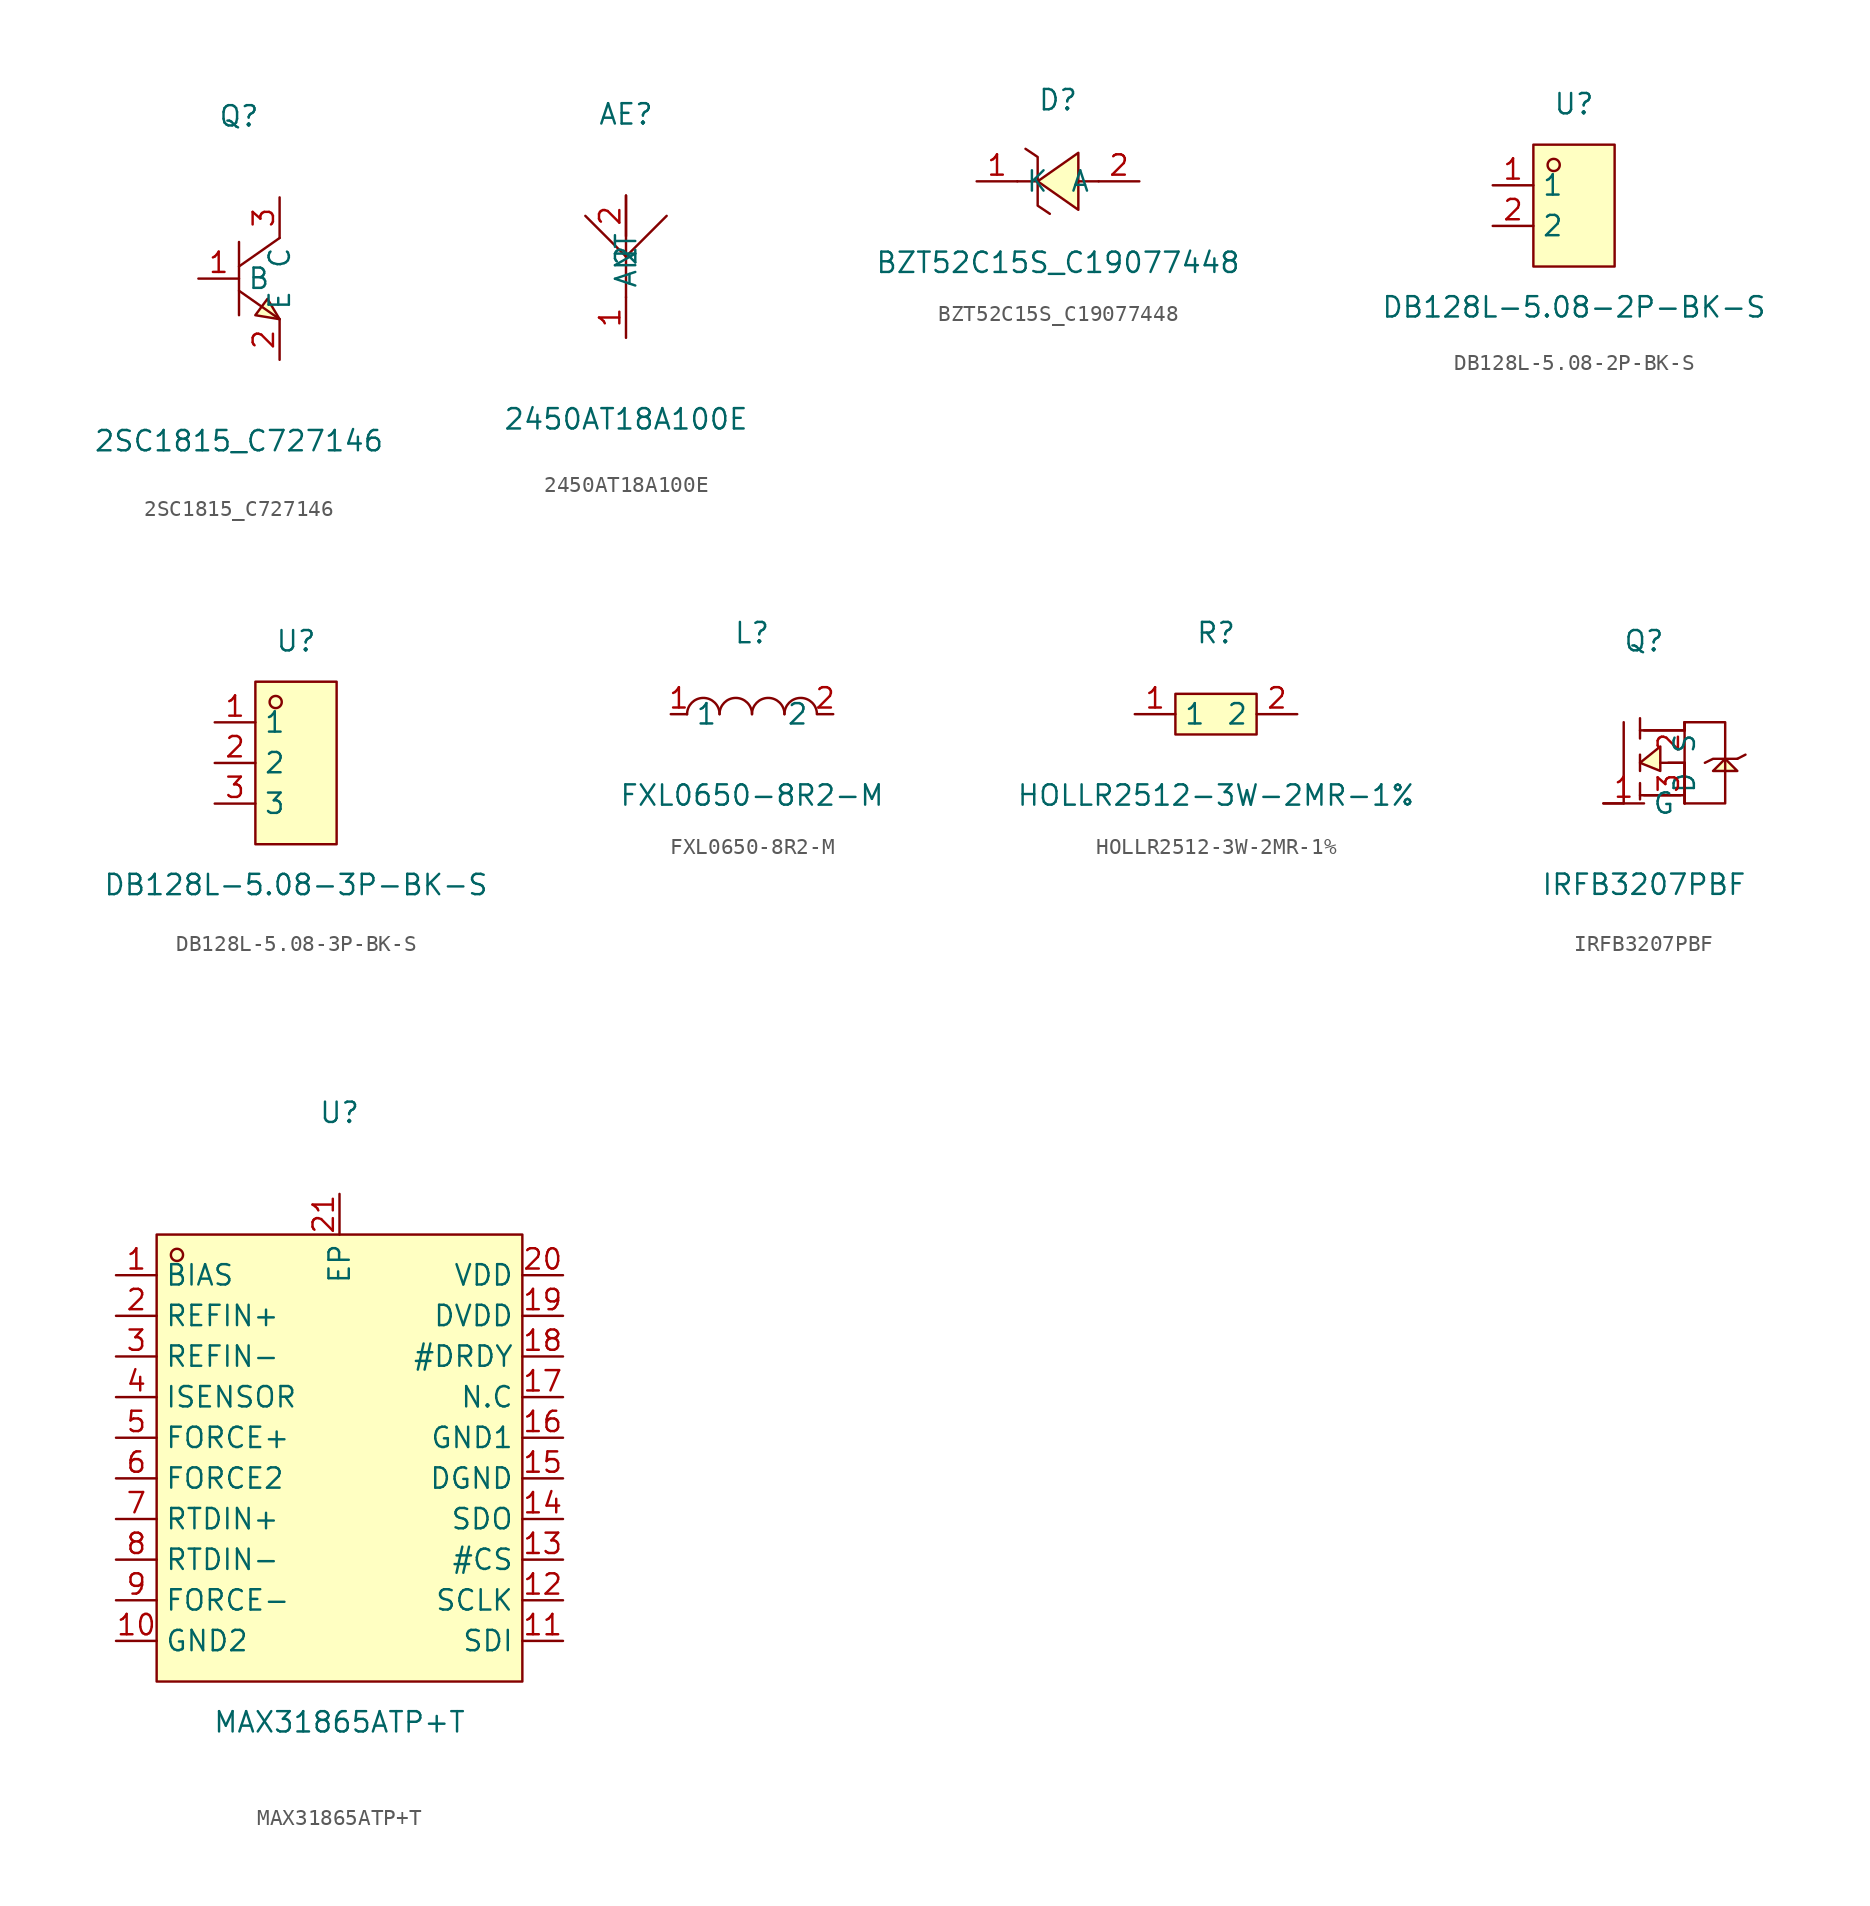
<source format=kicad_sym>
(kicad_symbol_lib
  (version 20211014)
  (generator https://github.com/uPesy/easyeda2kicad.py)
  (symbol "2SC1815_C727146"
    (property "Reference" "Q"
      (at 0 10.16 0)
      (effects (font (size 1.27 1.27))))
    (property "Value" "2SC1815_C727146"
      (at 0 -10.16 0)
      (effects (font (size 1.27 1.27))))
    (symbol "2SC1815_C727146_0_1"
      (polyline (pts (xy 0.00 2.29) (xy 0.00 -2.29)) (stroke (width 0) (type default) (color 0 0 0 0)) (fill (type none)))
      (polyline (pts (xy 0.00 -0.76) (xy 2.54 -2.54)) (stroke (width 0) (type default) (color 0 0 0 0)) (fill (type none)))
      (polyline (pts (xy 2.54 2.54) (xy 0.00 0.76)) (stroke (width 0) (type default) (color 0 0 0 0)) (fill (type none)))
      (polyline (pts (xy 2.54 -2.54) (xy 1.78 -1.27) (xy 1.02 -2.29) (xy 2.54 -2.54)) (stroke (width 0) (type default) (color 0 0 0 0)) (fill (type background)))
      (pin unspecified line (at 2.54 -5.08 90) (length 2.54) (name "E" (effects (font (size 1.27 1.27)))) (number "2" (effects (font (size 1.27 1.27)))))
      (pin unspecified line (at -2.54 -0.00 0) (length 2.54) (name "B" (effects (font (size 1.27 1.27)))) (number "1" (effects (font (size 1.27 1.27)))))
      (pin unspecified line (at 2.54 5.08 270) (length 2.54) (name "C" (effects (font (size 1.27 1.27)))) (number "3" (effects (font (size 1.27 1.27)))))))
  (symbol "2450AT18A100E"
    (property "Reference" "AE"
      (at 0 8.89 0)
      (effects (font (size 1.27 1.27))))
    (property "Value" "2450AT18A100E"
      (at 0 -10.16 0)
      (effects (font (size 1.27 1.27))))
    (symbol "2450AT18A100E_0_1"
      (polyline (pts (xy 0.00 -0.00) (xy -2.54 2.54)) (stroke (width 0) (type default) (color 0 0 0 0)) (fill (type none)))
      (polyline (pts (xy 2.54 2.54) (xy 0.00 -0.00)) (stroke (width 0) (type default) (color 0 0 0 0)) (fill (type none)))
      (polyline (pts (xy 0.00 -0.00) (xy 0.00 -2.54)) (stroke (width 0) (type default) (color 0 0 0 0)) (fill (type none)))
      (polyline (pts (xy 0.00 -0.00) (xy 0.00 3.81)) (stroke (width 0) (type default) (color 0 0 0 0)) (fill (type none)))
      (pin unspecified line (at 0.00 -5.08 90) (length 2.54) (name "ANT" (effects (font (size 1.27 1.27)))) (number "1" (effects (font (size 1.27 1.27)))))
      (pin unspecified line (at 0.00 3.81 270) (length 2.54) (name "2" (effects (font (size 1.27 1.27)))) (number "2" (effects (font (size 1.27 1.27)))))))
  (symbol "BZT52C15S_C19077448"
    (property "Reference" "D"
      (at 0 5.08 0)
      (effects (font (size 1.27 1.27))))
    (property "Value" "BZT52C15S_C19077448"
      (at 0 -5.08 0)
      (effects (font (size 1.27 1.27))))
    (symbol "BZT52C15S_C19077448_0_1"
      (polyline (pts (xy 1.27 1.78) (xy -1.27 -0.00) (xy 1.27 -1.78) (xy 1.27 1.78)) (stroke (width 0) (type default) (color 0 0 0 0)) (fill (type background)))
      (polyline (pts (xy -1.27 -0.00) (xy -2.54 -0.00)) (stroke (width 0) (type default) (color 0 0 0 0)) (fill (type none)))
      (polyline (pts (xy 2.54 -0.00) (xy 1.27 -0.00)) (stroke (width 0) (type default) (color 0 0 0 0)) (fill (type none)))
      (polyline (pts (xy -2.03 2.03) (xy -1.27 1.52) (xy -1.27 -1.52) (xy -0.51 -2.03)) (stroke (width 0) (type default) (color 0 0 0 0)) (fill (type none)))
      (pin unspecified line (at -5.08 -0.00 0) (length 2.54) (name "K" (effects (font (size 1.27 1.27)))) (number "1" (effects (font (size 1.27 1.27)))))
      (pin unspecified line (at 5.08 -0.00 180) (length 2.54) (name "A" (effects (font (size 1.27 1.27)))) (number "2" (effects (font (size 1.27 1.27)))))))
  (symbol "DB128L-5.08-2P-BK-S"
    (property "Reference" "U"
      (at 0 6.35 0)
      (effects (font (size 1.27 1.27))))
    (property "Value" "DB128L-5.08-2P-BK-S"
      (at 0 -6.35 0)
      (effects (font (size 1.27 1.27))))
    (symbol "DB128L-5.08-2P-BK-S_0_1"
      (rectangle (start -2.54 3.81) (end 2.54 -3.81) (stroke (width 0) (type default) (color 0 0 0 0)) (fill (type background)))
      (circle (center -1.27 2.54) (radius 0.38) (stroke (width 0) (type default) (color 0 0 0 0)) (fill (type none)))
      (pin unspecified line (at -5.08 1.27 0) (length 2.54) (name "1" (effects (font (size 1.27 1.27)))) (number "1" (effects (font (size 1.27 1.27)))))
      (pin unspecified line (at -5.08 -1.27 0) (length 2.54) (name "2" (effects (font (size 1.27 1.27)))) (number "2" (effects (font (size 1.27 1.27)))))))
  (symbol "DB128L-5.08-3P-BK-S"
    (property "Reference" "U"
      (at 0 7.62 0)
      (effects (font (size 1.27 1.27))))
    (property "Value" "DB128L-5.08-3P-BK-S"
      (at 0 -7.62 0)
      (effects (font (size 1.27 1.27))))
    (symbol "DB128L-5.08-3P-BK-S_0_1"
      (rectangle (start -2.54 5.08) (end 2.54 -5.08) (stroke (width 0) (type default) (color 0 0 0 0)) (fill (type background)))
      (circle (center -1.27 3.81) (radius 0.38) (stroke (width 0) (type default) (color 0 0 0 0)) (fill (type none)))
      (pin unspecified line (at -5.08 2.54 0) (length 2.54) (name "1" (effects (font (size 1.27 1.27)))) (number "1" (effects (font (size 1.27 1.27)))))
      (pin unspecified line (at -5.08 -0.00 0) (length 2.54) (name "2" (effects (font (size 1.27 1.27)))) (number "2" (effects (font (size 1.27 1.27)))))
      (pin unspecified line (at -5.08 -2.54 0) (length 2.54) (name "3" (effects (font (size 1.27 1.27)))) (number "3" (effects (font (size 1.27 1.27)))))))
  (symbol "FXL0650-8R2-M"
    (property "Reference" "L"
      (at 0 5.08 0)
      (effects (font (size 1.27 1.27))))
    (property "Value" "FXL0650-8R2-M"
      (at 0 -5.08 0)
      (effects (font (size 1.27 1.27))))
    (symbol "FXL0650-8R2-M_0_1"
      (arc (start -4.06 -0.01) (mid -2.83 0.99) (end -2.03 0.01) (stroke (width 0) (type default) (color 0 0 0 0)) (fill (type none)))
      (arc (start -2.03 -0.01) (mid -0.80 0.99) (end 0.00 0.01) (stroke (width 0) (type default) (color 0 0 0 0)) (fill (type none)))
      (arc (start 2.03 -0.01) (mid 3.26 0.99) (end 4.06 0.01) (stroke (width 0) (type default) (color 0 0 0 0)) (fill (type none)))
      (arc (start 0.00 -0.01) (mid 1.23 0.99) (end 2.03 0.01) (stroke (width 0) (type default) (color 0 0 0 0)) (fill (type none)))
      (pin unspecified line (at 5.08 -0.00 180) (length 1.016) (name "2" (effects (font (size 1.27 1.27)))) (number "2" (effects (font (size 1.27 1.27)))))
      (pin unspecified line (at -5.08 -0.00 0) (length 1.016) (name "1" (effects (font (size 1.27 1.27)))) (number "1" (effects (font (size 1.27 1.27)))))))
  (symbol "HOLLR2512-3W-2MR-1%"
    (property "Reference" "R"
      (at 0 5.08 0)
      (effects (font (size 1.27 1.27))))
    (property "Value" "HOLLR2512-3W-2MR-1%"
      (at 0 -5.08 0)
      (effects (font (size 1.27 1.27))))
    (symbol "HOLLR2512-3W-2MR-1%_0_1"
      (rectangle (start -2.54 1.27) (end 2.54 -1.27) (stroke (width 0) (type default) (color 0 0 0 0)) (fill (type background)))
      (pin unspecified line (at 5.08 -0.00 180) (length 2.54) (name "2" (effects (font (size 1.27 1.27)))) (number "2" (effects (font (size 1.27 1.27)))))
      (pin unspecified line (at -5.08 -0.00 0) (length 2.54) (name "1" (effects (font (size 1.27 1.27)))) (number "1" (effects (font (size 1.27 1.27)))))))
  (symbol "IRFB3207PBF"
    (property "Reference" "Q"
      (at 0 7.62 0)
      (effects (font (size 1.27 1.27))))
    (property "Value" "IRFB3207PBF"
      (at 0 -7.62 0)
      (effects (font (size 1.27 1.27))))
    (symbol "IRFB3207PBF_0_1"
      (polyline (pts (xy 2.54 2.54) (xy 5.08 2.54) (xy 5.08 -2.54) (xy 2.54 -2.54)) (stroke (width 0) (type default) (color 0 0 0 0)) (fill (type none)))
      (polyline (pts (xy -1.27 -2.54) (xy -1.27 2.54)) (stroke (width 0) (type default) (color 0 0 0 0)) (fill (type none)))
      (polyline (pts (xy 1.02 -0.00) (xy 2.54 -0.00)) (stroke (width 0) (type default) (color 0 0 0 0)) (fill (type none)))
      (polyline (pts (xy -2.54 -2.54) (xy -1.27 -2.54)) (stroke (width 0) (type default) (color 0 0 0 0)) (fill (type none)))
      (polyline (pts (xy 2.54 2.54) (xy 2.54 2.03)) (stroke (width 0) (type default) (color 0 0 0 0)) (fill (type none)))
      (polyline (pts (xy 1.52 -0.00) (xy 2.54 -0.00)) (stroke (width 0) (type default) (color 0 0 0 0)) (fill (type none)))
      (polyline (pts (xy 2.54 2.54) (xy 2.54 2.03)) (stroke (width 0) (type default) (color 0 0 0 0)) (fill (type none)))
      (polyline (pts (xy 2.54 2.03) (xy 0.00 2.03)) (stroke (width 0) (type default) (color 0 0 0 0)) (fill (type none)))
      (polyline (pts (xy -0.25 -2.03) (xy 2.54 -2.03)) (stroke (width 0) (type default) (color 0 0 0 0)) (fill (type none)))
      (polyline (pts (xy 2.54 -0.00) (xy 2.54 -2.54)) (stroke (width 0) (type default) (color 0 0 0 0)) (fill (type none)))
      (polyline (pts (xy 0.00 -2.03) (xy 2.29 -2.03)) (stroke (width 0) (type default) (color 0 0 0 0)) (fill (type none)))
      (polyline (pts (xy 2.54 2.03) (xy -0.25 2.03)) (stroke (width 0) (type default) (color 0 0 0 0)) (fill (type none)))
      (polyline (pts (xy 2.54 -0.00) (xy 2.54 -2.54)) (stroke (width 0) (type default) (color 0 0 0 0)) (fill (type none)))
      (polyline (pts (xy -0.25 -1.27) (xy -0.25 -2.29)) (stroke (width 0) (type default) (color 0 0 0 0)) (fill (type none)))
      (polyline (pts (xy -0.25 0.51) (xy -0.25 -0.51)) (stroke (width 0) (type default) (color 0 0 0 0)) (fill (type none)))
      (polyline (pts (xy -0.25 2.79) (xy -0.25 1.52)) (stroke (width 0) (type default) (color 0 0 0 0)) (fill (type none)))
      (polyline (pts (xy 5.84 -0.51) (xy 4.32 -0.51) (xy 5.08 0.25) (xy 5.84 -0.51) (xy 5.84 -0.51)) (stroke (width 0) (type default) (color 0 0 0 0)) (fill (type background)))
      (polyline (pts (xy 5.84 0.25) (xy 4.32 0.25) (xy 3.81 -0.00)) (stroke (width 0) (type default) (color 0 0 0 0)) (fill (type none)))
      (polyline (pts (xy 5.84 0.25) (xy 6.35 0.51)) (stroke (width 0) (type default) (color 0 0 0 0)) (fill (type none)))
      (polyline (pts (xy 1.02 1.02) (xy 1.02 -0.51) (xy -0.25 -0.00) (xy 1.02 1.02)) (stroke (width 0) (type default) (color 0 0 0 0)) (fill (type background)))
      (pin unspecified line (at -2.54 -2.54 0) (length 2.54) (name "G" (effects (font (size 1.27 1.27)))) (number "1" (effects (font (size 1.27 1.27)))))
      (pin unspecified line (at 2.54 -2.54 90) (length 2.54) (name "S" (effects (font (size 1.27 1.27)))) (number "3" (effects (font (size 1.27 1.27)))))
      (pin unspecified line (at 2.54 2.54 270) (length 2.54) (name "D" (effects (font (size 1.27 1.27)))) (number "2" (effects (font (size 1.27 1.27)))))))
  (symbol "MAX31865ATP+T"
    (property "Reference" "U"
      (at 0 21.59 0)
      (effects (font (size 1.27 1.27))))
    (property "Value" "MAX31865ATP+T"
      (at 0 -16.51 0)
      (effects (font (size 1.27 1.27))))
    (symbol "MAX31865ATP+T_0_1"
      (rectangle (start -11.43 13.97) (end 11.43 -13.97) (stroke (width 0) (type default) (color 0 0 0 0)) (fill (type background)))
      (circle (center -10.16 12.70) (radius 0.38) (stroke (width 0) (type default) (color 0 0 0 0)) (fill (type none)))
      (pin unspecified line (at -13.97 11.43 0) (length 2.54) (name "BIAS" (effects (font (size 1.27 1.27)))) (number "1" (effects (font (size 1.27 1.27)))))
      (pin unspecified line (at -13.97 8.89 0) (length 2.54) (name "REFIN+" (effects (font (size 1.27 1.27)))) (number "2" (effects (font (size 1.27 1.27)))))
      (pin unspecified line (at -13.97 6.35 0) (length 2.54) (name "REFIN-" (effects (font (size 1.27 1.27)))) (number "3" (effects (font (size 1.27 1.27)))))
      (pin unspecified line (at -13.97 3.81 0) (length 2.54) (name "ISENSOR" (effects (font (size 1.27 1.27)))) (number "4" (effects (font (size 1.27 1.27)))))
      (pin unspecified line (at -13.97 1.27 0) (length 2.54) (name "FORCE+" (effects (font (size 1.27 1.27)))) (number "5" (effects (font (size 1.27 1.27)))))
      (pin unspecified line (at -13.97 -1.27 0) (length 2.54) (name "FORCE2" (effects (font (size 1.27 1.27)))) (number "6" (effects (font (size 1.27 1.27)))))
      (pin unspecified line (at -13.97 -3.81 0) (length 2.54) (name "RTDIN+" (effects (font (size 1.27 1.27)))) (number "7" (effects (font (size 1.27 1.27)))))
      (pin unspecified line (at -13.97 -6.35 0) (length 2.54) (name "RTDIN-" (effects (font (size 1.27 1.27)))) (number "8" (effects (font (size 1.27 1.27)))))
      (pin unspecified line (at -13.97 -8.89 0) (length 2.54) (name "FORCE-" (effects (font (size 1.27 1.27)))) (number "9" (effects (font (size 1.27 1.27)))))
      (pin unspecified line (at -13.97 -11.43 0) (length 2.54) (name "GND2" (effects (font (size 1.27 1.27)))) (number "10" (effects (font (size 1.27 1.27)))))
      (pin unspecified line (at 13.97 -11.43 180) (length 2.54) (name "SDI" (effects (font (size 1.27 1.27)))) (number "11" (effects (font (size 1.27 1.27)))))
      (pin unspecified line (at 13.97 -8.89 180) (length 2.54) (name "SCLK" (effects (font (size 1.27 1.27)))) (number "12" (effects (font (size 1.27 1.27)))))
      (pin unspecified line (at 13.97 -6.35 180) (length 2.54) (name "#CS" (effects (font (size 1.27 1.27)))) (number "13" (effects (font (size 1.27 1.27)))))
      (pin unspecified line (at 13.97 -3.81 180) (length 2.54) (name "SDO" (effects (font (size 1.27 1.27)))) (number "14" (effects (font (size 1.27 1.27)))))
      (pin unspecified line (at 13.97 -1.27 180) (length 2.54) (name "DGND" (effects (font (size 1.27 1.27)))) (number "15" (effects (font (size 1.27 1.27)))))
      (pin unspecified line (at 13.97 1.27 180) (length 2.54) (name "GND1" (effects (font (size 1.27 1.27)))) (number "16" (effects (font (size 1.27 1.27)))))
      (pin unspecified line (at 13.97 3.81 180) (length 2.54) (name "N.C" (effects (font (size 1.27 1.27)))) (number "17" (effects (font (size 1.27 1.27)))))
      (pin unspecified line (at 13.97 6.35 180) (length 2.54) (name "#DRDY" (effects (font (size 1.27 1.27)))) (number "18" (effects (font (size 1.27 1.27)))))
      (pin unspecified line (at 13.97 8.89 180) (length 2.54) (name "DVDD" (effects (font (size 1.27 1.27)))) (number "19" (effects (font (size 1.27 1.27)))))
      (pin unspecified line (at 13.97 11.43 180) (length 2.54) (name "VDD" (effects (font (size 1.27 1.27)))) (number "20" (effects (font (size 1.27 1.27)))))
      (pin unspecified line (at 0.00 16.51 270) (length 2.54) (name "EP" (effects (font (size 1.27 1.27)))) (number "21" (effects (font (size 1.27 1.27))))))))
</source>
